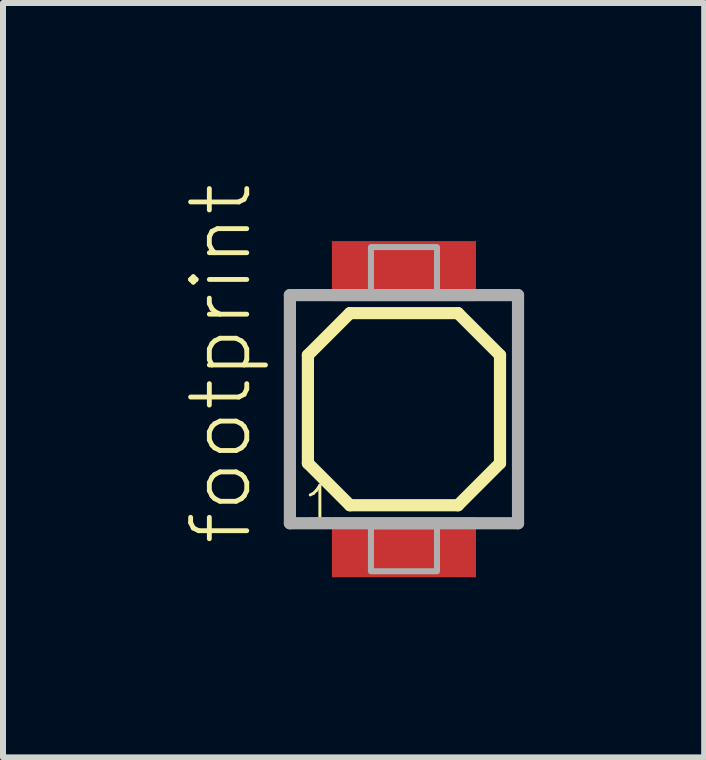
<source format=kicad_pcb>
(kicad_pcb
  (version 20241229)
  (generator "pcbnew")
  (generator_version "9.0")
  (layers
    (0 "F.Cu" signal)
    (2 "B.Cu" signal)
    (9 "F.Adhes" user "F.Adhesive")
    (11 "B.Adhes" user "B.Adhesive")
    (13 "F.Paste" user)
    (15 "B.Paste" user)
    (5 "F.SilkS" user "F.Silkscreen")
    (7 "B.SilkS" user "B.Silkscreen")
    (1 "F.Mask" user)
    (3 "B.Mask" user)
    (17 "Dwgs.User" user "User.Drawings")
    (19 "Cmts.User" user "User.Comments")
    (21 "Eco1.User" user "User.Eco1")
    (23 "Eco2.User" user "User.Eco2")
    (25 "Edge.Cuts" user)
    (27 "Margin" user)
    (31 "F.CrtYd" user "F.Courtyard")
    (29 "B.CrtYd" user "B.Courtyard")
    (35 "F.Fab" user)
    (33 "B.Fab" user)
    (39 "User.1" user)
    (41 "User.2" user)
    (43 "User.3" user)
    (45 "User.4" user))
  (footprint "footprint"
    (layer "F.Cu")
    (at 3.679 3.766)
    (property "Reference" "footprint" (at -2.5 2.3 90) (layer "F.SilkS") (effects (font (size 0.935 0.935) (thickness 0.081)) (justify left bottom)))
    (fp_line (start -1.6 -0.9) (end -1.6 0.9) (stroke (width 0.203) (type solid)) (layer "F.SilkS"))
    (fp_line (start -1.6 -0.9) (end -0.9 -1.6) (stroke (width 0.203) (type solid)) (layer "F.SilkS"))
    (fp_line (start -0.9 -1.6) (end 0.9 -1.6) (stroke (width 0.203) (type solid)) (layer "F.SilkS"))
    (fp_line (start -0.9 1.6) (end -1.6 0.9) (stroke (width 0.203) (type solid)) (layer "F.SilkS"))
    (fp_line (start -0.9 1.6) (end 0.9 1.6) (stroke (width 0.203) (type solid)) (layer "F.SilkS"))
    (fp_line (start 0.9 1.6) (end 1.6 0.9) (stroke (width 0.203) (type solid)) (layer "F.SilkS"))
    (fp_line (start 1.6 -0.9) (end 0.9 -1.6) (stroke (width 0.203) (type solid)) (layer "F.SilkS"))
    (fp_line (start 1.6 0.9) (end 1.6 -0.9) (stroke (width 0.203) (type solid)) (layer "F.SilkS"))
    (fp_line (start -1.9 -1.9) (end 1.9 -1.9) (stroke (width 0.203) (type solid)) (layer "F.Fab"))
    (fp_line (start -1.9 1.9) (end -1.9 -1.9) (stroke (width 0.203) (type solid)) (layer "F.Fab"))
    (fp_line (start 1.9 -1.9) (end 1.9 1.9) (stroke (width 0.203) (type solid)) (layer "F.Fab"))
    (fp_line (start 1.9 1.9) (end -1.9 1.9) (stroke (width 0.203) (type solid)) (layer "F.Fab"))
    (fp_poly (pts (xy -0.55 -1.95) (xy 0.55 -1.95) (xy 0.55 -2.7) (xy -0.55 -2.7)) (stroke (width 0.1) (type solid)) (fill no) (layer "F.Fab"))
    (fp_poly (pts (xy -0.55 2.7) (xy 0.55 2.7) (xy 0.55 1.95) (xy -0.55 1.95)) (stroke (width 0.1) (type solid)) (fill no) (layer "F.Fab"))
    (fp_text user "1" (at -1.7 1.9 0) (layer "F.SilkS") (effects (font (size 0.561 0.561) (thickness 0.049)) (justify left bottom)))
    (pad "1" smd rect (at 0 -2.3) (size 2.4 1) (layers "F.Cu" "F.Mask" "F.Paste"))
    (pad "2" smd rect (at 0 2.3) (size 2.4 1) (layers "F.Cu" "F.Mask" "F.Paste")))
  (gr_rect
    (start -3 -3)
    (end 8.68 9.566)
    (stroke (width 0.1) (type default))
    (fill no)
    (layer "Edge.Cuts")))
</source>
